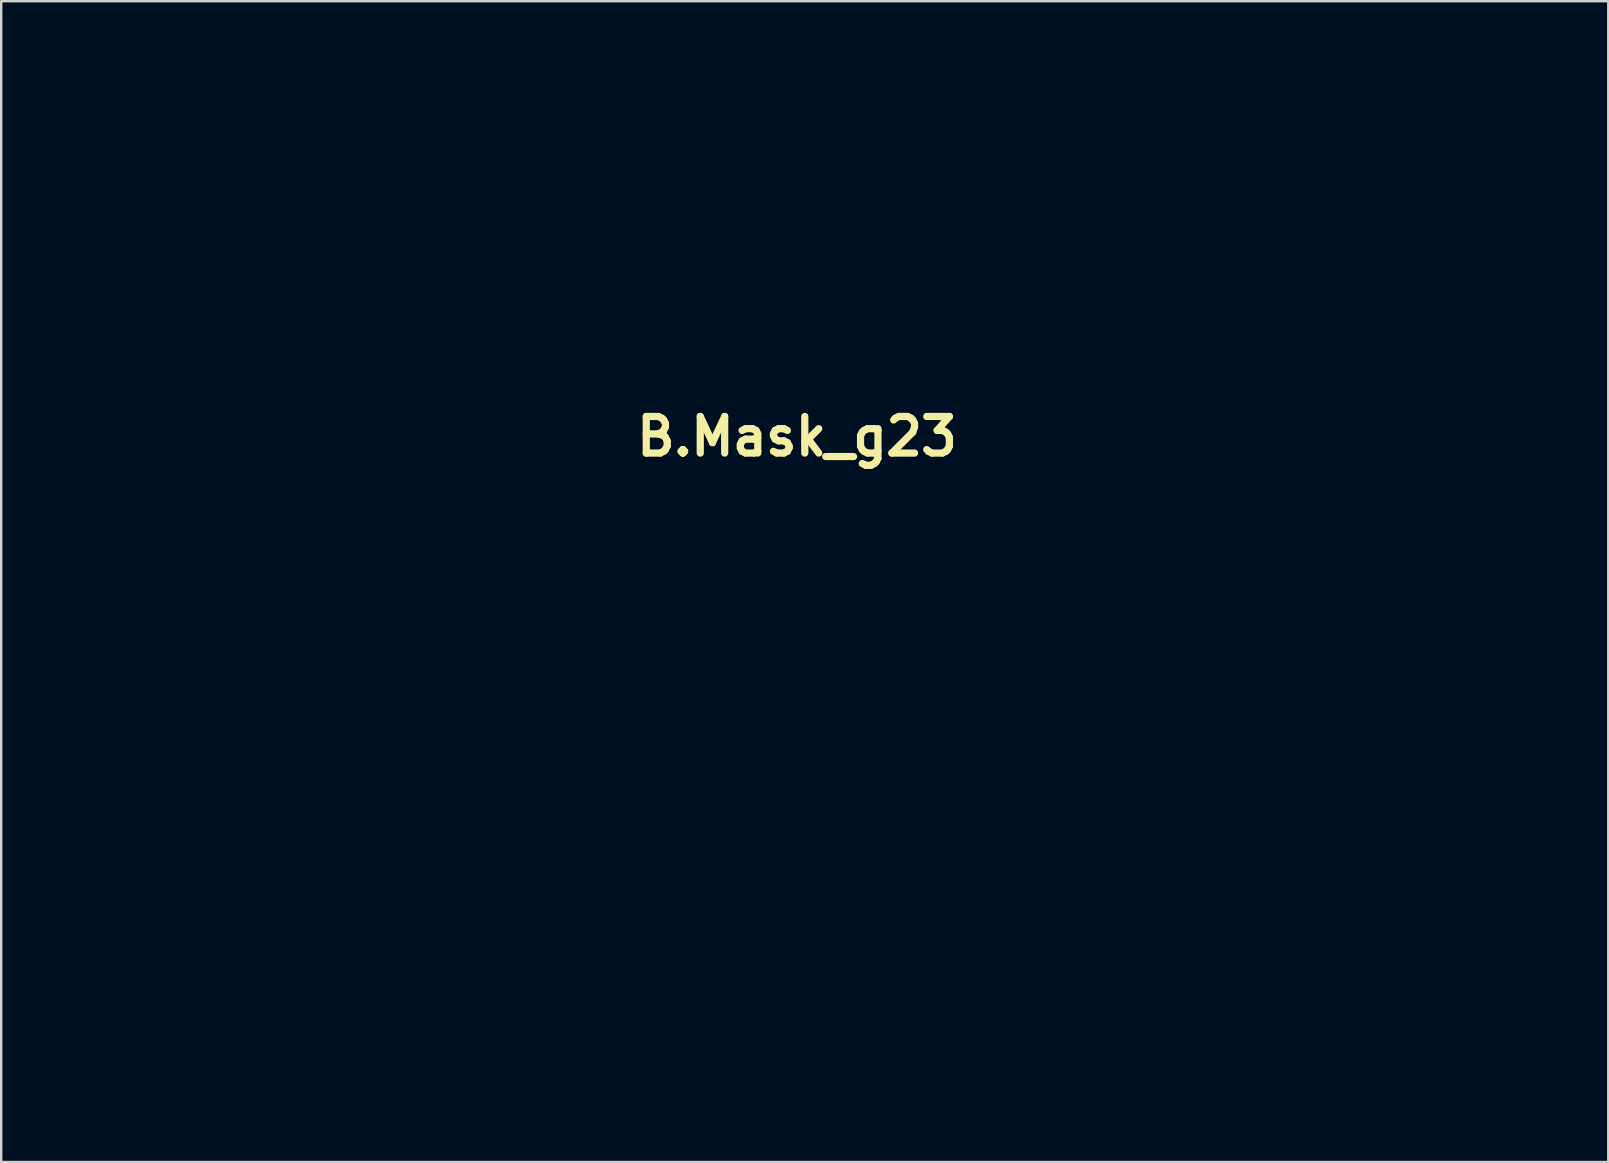
<source format=kicad_pcb>
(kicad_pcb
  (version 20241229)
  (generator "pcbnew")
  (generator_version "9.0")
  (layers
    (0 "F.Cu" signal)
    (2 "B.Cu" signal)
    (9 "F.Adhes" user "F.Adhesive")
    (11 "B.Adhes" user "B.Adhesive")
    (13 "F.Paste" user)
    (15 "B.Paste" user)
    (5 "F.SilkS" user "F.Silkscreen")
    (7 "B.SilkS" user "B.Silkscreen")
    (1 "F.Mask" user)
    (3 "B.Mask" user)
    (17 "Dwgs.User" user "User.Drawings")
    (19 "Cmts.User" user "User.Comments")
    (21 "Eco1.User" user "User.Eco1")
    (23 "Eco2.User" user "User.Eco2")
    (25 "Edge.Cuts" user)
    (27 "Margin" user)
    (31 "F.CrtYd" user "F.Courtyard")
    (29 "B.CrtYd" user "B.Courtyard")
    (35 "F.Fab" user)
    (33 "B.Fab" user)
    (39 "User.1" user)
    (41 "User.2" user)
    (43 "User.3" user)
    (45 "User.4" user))
  (footprint "B.Mask_g23"
    (layer "F.Cu")
    (at 30.151 15.135)
    (property "Reference" "B.Mask_g23" (at 0 0 0) (layer "F.SilkS") (effects (font (size 1.524 1.524) (thickness 0.3))))
    (attr through_hole)
    (fp_poly (pts (xy -15.219 4.416) (xy -15.133 4.467) (xy -15.014 4.536) (xy -14.866 4.623) (xy -14.691 4.725) (xy -14.493 4.841) (xy -14.276 4.968) (xy -14.044 5.104) (xy -13.799 5.247) (xy -13.545 5.395) (xy -13.285 5.547) (xy -13.024 5.7) (xy -13.018 5.704) (xy -12.722 5.876) (xy -12.397 6.066) (xy -12.049 6.269) (xy -11.685 6.482) (xy -11.311 6.701) (xy -10.935 6.921) (xy -10.563 7.138) (xy -10.201 7.349) (xy -9.857 7.55) (xy -9.538 7.737) (xy -9.43 7.8) (xy -9.165 7.955) (xy -8.904 8.107) (xy -8.651 8.255) (xy -8.408 8.397) (xy -8.179 8.531) (xy -7.967 8.655) (xy -7.775 8.767) (xy -7.605 8.866) (xy -7.461 8.95) (xy -7.347 9.017) (xy -7.265 9.065) (xy -7.241 9.079) (xy -7.132 9.144) (xy -7.036 9.202) (xy -6.959 9.251) (xy -6.907 9.286) (xy -6.886 9.304) (xy -6.886 9.304) (xy -6.896 9.331) (xy -6.933 9.383) (xy -6.994 9.459) (xy -7.075 9.553) (xy -7.172 9.663) (xy -7.283 9.784) (xy -7.404 9.914) (xy -7.532 10.048) (xy -7.663 10.183) (xy -7.795 10.316) (xy -7.923 10.442) (xy -8.044 10.559) (xy -8.136 10.645) (xy -8.617 11.069) (xy -9.091 11.451) (xy -9.558 11.793) (xy -10.019 12.094) (xy -10.475 12.354) (xy -10.926 12.575) (xy -11.373 12.756) (xy -11.817 12.898) (xy -12.258 13) (xy -12.558 13.048) (xy -12.743 13.066) (xy -12.953 13.076) (xy -13.172 13.077) (xy -13.386 13.07) (xy -13.579 13.055) (xy -13.644 13.048) (xy -13.931 12.996) (xy -14.228 12.919) (xy -14.521 12.823) (xy -14.792 12.711) (xy -14.87 12.673) (xy -15.233 12.471) (xy -15.563 12.244) (xy -15.859 11.992) (xy -16.121 11.714) (xy -16.349 11.41) (xy -16.544 11.081) (xy -16.706 10.726) (xy -16.834 10.344) (xy -16.929 9.937) (xy -16.968 9.694) (xy -16.986 9.524) (xy -16.998 9.323) (xy -17.004 9.102) (xy -17.005 8.871) (xy -17 8.641) (xy -16.989 8.424) (xy -16.972 8.229) (xy -16.968 8.191) (xy -16.886 7.654) (xy -16.771 7.1) (xy -16.624 6.536) (xy -16.447 5.97) (xy -16.242 5.408) (xy -16.012 4.856) (xy -15.817 4.44) (xy -15.674 4.15) (xy -15.219 4.416)) (stroke (width 0.01) (type solid)) (fill yes) (layer "B.Mask"))
    (fp_poly (pts (xy 14.415 4.476) (xy 14.445 4.548) (xy 14.482 4.651) (xy 14.525 4.779) (xy 14.572 4.929) (xy 14.623 5.094) (xy 14.675 5.271) (xy 14.727 5.453) (xy 14.778 5.635) (xy 14.826 5.813) (xy 14.869 5.982) (xy 14.906 6.137) (xy 14.92 6.198) (xy 15.04 6.794) (xy 15.128 7.368) (xy 15.185 7.919) (xy 15.21 8.447) (xy 15.205 8.95) (xy 15.167 9.429) (xy 15.099 9.882) (xy 14.999 10.309) (xy 14.868 10.709) (xy 14.706 11.08) (xy 14.701 11.091) (xy 14.507 11.435) (xy 14.285 11.748) (xy 14.035 12.031) (xy 13.754 12.284) (xy 13.442 12.51) (xy 13.097 12.709) (xy 13.059 12.728) (xy 12.678 12.898) (xy 12.287 13.029) (xy 11.89 13.12) (xy 11.49 13.171) (xy 11.09 13.181) (xy 10.922 13.173) (xy 10.509 13.122) (xy 10.091 13.031) (xy 9.67 12.898) (xy 9.247 12.726) (xy 8.822 12.514) (xy 8.396 12.263) (xy 7.971 11.974) (xy 7.548 11.647) (xy 7.126 11.283) (xy 6.708 10.883) (xy 6.294 10.447) (xy 5.886 9.976) (xy 5.648 9.684) (xy 5.549 9.557) (xy 5.447 9.422) (xy 5.343 9.283) (xy 5.242 9.146) (xy 5.147 9.013) (xy 5.061 8.891) (xy 4.987 8.783) (xy 4.928 8.693) (xy 4.888 8.628) (xy 4.869 8.59) (xy 4.868 8.585) (xy 4.887 8.573) (xy 4.942 8.545) (xy 5.029 8.504) (xy 5.146 8.45) (xy 5.29 8.385) (xy 5.456 8.311) (xy 5.643 8.228) (xy 5.846 8.138) (xy 6.064 8.043) (xy 6.218 7.975) (xy 6.388 7.901) (xy 6.594 7.812) (xy 6.833 7.708) (xy 7.101 7.591) (xy 7.395 7.463) (xy 7.712 7.325) (xy 8.049 7.179) (xy 8.403 7.025) (xy 8.771 6.865) (xy 9.149 6.7) (xy 9.535 6.532) (xy 9.924 6.363) (xy 10.315 6.193) (xy 10.704 6.023) (xy 10.974 5.906) (xy 11.334 5.749) (xy 11.685 5.597) (xy 12.022 5.451) (xy 12.346 5.311) (xy 12.653 5.178) (xy 12.942 5.054) (xy 13.21 4.938) (xy 13.457 4.833) (xy 13.679 4.738) (xy 13.874 4.654) (xy 14.042 4.583) (xy 14.18 4.525) (xy 14.285 4.482) (xy 14.356 4.453) (xy 14.392 4.44) (xy 14.395 4.439) (xy 14.415 4.476)) (stroke (width 0.01) (type solid)) (fill yes) (layer "B.Mask"))
    (fp_poly (pts (xy 6.371 20.521) (xy 6.443 20.593) (xy 6.534 20.691) (xy 6.639 20.809) (xy 6.752 20.939) (xy 6.867 21.073) (xy 6.977 21.206) (xy 7.076 21.329) (xy 7.122 21.389) (xy 7.418 21.796) (xy 7.677 22.195) (xy 7.897 22.586) (xy 8.079 22.969) (xy 8.223 23.341) (xy 8.328 23.704) (xy 8.394 24.055) (xy 8.422 24.396) (xy 8.411 24.723) (xy 8.36 25.038) (xy 8.27 25.34) (xy 8.168 25.575) (xy 8.004 25.854) (xy 7.805 26.116) (xy 7.573 26.356) (xy 7.314 26.572) (xy 7.03 26.761) (xy 6.725 26.919) (xy 6.404 27.043) (xy 6.392 27.046) (xy 6.056 27.134) (xy 5.696 27.192) (xy 5.32 27.219) (xy 4.935 27.214) (xy 4.699 27.196) (xy 4.281 27.137) (xy 3.844 27.044) (xy 3.39 26.918) (xy 2.923 26.76) (xy 2.448 26.573) (xy 1.966 26.357) (xy 1.482 26.115) (xy 0.999 25.846) (xy 0.521 25.553) (xy 0.438 25.499) (xy 0.342 25.435) (xy 0.261 25.379) (xy 0.201 25.333) (xy 0.168 25.304) (xy 0.163 25.295) (xy 0.187 25.283) (xy 0.244 25.258) (xy 0.329 25.222) (xy 0.437 25.178) (xy 0.561 25.127) (xy 0.646 25.093) (xy 0.942 24.972) (xy 1.242 24.845) (xy 1.542 24.714) (xy 1.838 24.583) (xy 2.125 24.451) (xy 2.398 24.323) (xy 2.653 24.199) (xy 2.887 24.082) (xy 3.094 23.973) (xy 3.27 23.876) (xy 3.408 23.793) (xy 3.439 23.775) (xy 3.445 23.776) (xy 3.425 23.803) (xy 3.4 23.833) (xy 3.365 23.88) (xy 3.356 23.909) (xy 3.37 23.928) (xy 3.397 23.949) (xy 3.449 23.991) (xy 3.52 24.049) (xy 3.603 24.116) (xy 3.618 24.128) (xy 3.914 24.357) (xy 4.192 24.547) (xy 4.453 24.699) (xy 4.697 24.813) (xy 4.925 24.889) (xy 5.135 24.927) (xy 5.285 24.93) (xy 5.367 24.924) (xy 5.432 24.917) (xy 5.47 24.91) (xy 5.474 24.907) (xy 5.472 24.884) (xy 5.459 24.826) (xy 5.437 24.739) (xy 5.407 24.628) (xy 5.37 24.498) (xy 5.336 24.383) (xy 5.296 24.243) (xy 5.26 24.116) (xy 5.231 24.008) (xy 5.209 23.925) (xy 5.198 23.872) (xy 5.196 23.855) (xy 5.186 23.839) (xy 5.147 23.824) (xy 5.144 23.823) (xy 5.091 23.803) (xy 5.01 23.761) (xy 4.91 23.703) (xy 4.795 23.632) (xy 4.674 23.554) (xy 4.553 23.472) (xy 4.439 23.391) (xy 4.338 23.316) (xy 4.256 23.251) (xy 4.202 23.201) (xy 4.194 23.192) (xy 4.193 23.172) (xy 4.212 23.135) (xy 4.251 23.077) (xy 4.315 22.995) (xy 4.405 22.885) (xy 4.413 22.875) (xy 4.497 22.773) (xy 4.599 22.645) (xy 4.717 22.496) (xy 4.848 22.33) (xy 4.988 22.151) (xy 5.135 21.962) (xy 5.285 21.768) (xy 5.434 21.573) (xy 5.581 21.381) (xy 5.722 21.196) (xy 5.854 21.023) (xy 5.973 20.864) (xy 6.077 20.724) (xy 6.163 20.608) (xy 6.226 20.519) (xy 6.247 20.488) (xy 6.282 20.436) (xy 6.371 20.521)) (stroke (width 0.01) (type solid)) (fill yes) (layer "B.Mask"))
    (fp_poly (pts (xy 1.831 -11.532) (xy 1.847 -11.509) (xy 1.883 -11.453) (xy 1.937 -11.369) (xy 2.005 -11.259) (xy 2.087 -11.128) (xy 2.18 -10.979) (xy 2.281 -10.816) (xy 2.388 -10.642) (xy 2.392 -10.636) (xy 2.499 -10.462) (xy 2.601 -10.299) (xy 2.693 -10.149) (xy 2.775 -10.018) (xy 2.844 -9.908) (xy 2.898 -9.823) (xy 2.934 -9.767) (xy 2.95 -9.743) (xy 2.95 -9.743) (xy 2.975 -9.734) (xy 3.037 -9.717) (xy 3.133 -9.694) (xy 3.258 -9.665) (xy 3.409 -9.632) (xy 3.581 -9.594) (xy 3.77 -9.554) (xy 3.973 -9.512) (xy 4.027 -9.5) (xy 4.232 -9.458) (xy 4.423 -9.418) (xy 4.597 -9.38) (xy 4.75 -9.347) (xy 4.878 -9.318) (xy 4.977 -9.295) (xy 5.044 -9.278) (xy 5.074 -9.269) (xy 5.075 -9.268) (xy 5.061 -9.249) (xy 5.021 -9.202) (xy 4.96 -9.128) (xy 4.879 -9.031) (xy 4.781 -8.914) (xy 4.669 -8.781) (xy 4.545 -8.634) (xy 4.412 -8.476) (xy 4.375 -8.432) (xy 4.218 -8.247) (xy 4.087 -8.092) (xy 3.979 -7.963) (xy 3.893 -7.858) (xy 3.824 -7.774) (xy 3.773 -7.708) (xy 3.736 -7.657) (xy 3.712 -7.619) (xy 3.697 -7.591) (xy 3.691 -7.57) (xy 3.69 -7.552) (xy 3.691 -7.547) (xy 3.697 -7.502) (xy 3.707 -7.423) (xy 3.72 -7.315) (xy 3.735 -7.182) (xy 3.752 -7.03) (xy 3.77 -6.864) (xy 3.789 -6.687) (xy 3.808 -6.506) (xy 3.828 -6.326) (xy 3.846 -6.15) (xy 3.863 -5.984) (xy 3.878 -5.833) (xy 3.891 -5.702) (xy 3.902 -5.596) (xy 3.909 -5.519) (xy 3.912 -5.477) (xy 3.911 -5.471) (xy 3.891 -5.477) (xy 3.834 -5.497) (xy 3.747 -5.531) (xy 3.631 -5.577) (xy 3.491 -5.632) (xy 3.331 -5.697) (xy 3.154 -5.769) (xy 2.964 -5.846) (xy 2.922 -5.863) (xy 2.729 -5.942) (xy 2.548 -6.016) (xy 2.381 -6.083) (xy 2.234 -6.142) (xy 2.11 -6.191) (xy 2.013 -6.229) (xy 1.947 -6.254) (xy 1.914 -6.265) (xy 1.913 -6.265) (xy 1.888 -6.257) (xy 1.829 -6.232) (xy 1.739 -6.194) (xy 1.621 -6.143) (xy 1.481 -6.081) (xy 1.321 -6.01) (xy 1.145 -5.931) (xy 0.957 -5.847) (xy 0.924 -5.831) (xy 0.735 -5.746) (xy 0.558 -5.666) (xy 0.396 -5.594) (xy 0.254 -5.53) (xy 0.134 -5.477) (xy 0.042 -5.436) (xy -0.021 -5.409) (xy -0.049 -5.398) (xy -0.05 -5.397) (xy -0.059 -5.416) (xy -0.063 -5.463) (xy -0.063 -5.477) (xy -0.062 -5.514) (xy -0.057 -5.588) (xy -0.05 -5.696) (xy -0.041 -5.832) (xy -0.03 -5.992) (xy -0.017 -6.172) (xy -0.003 -6.366) (xy 0.011 -6.547) (xy 0.026 -6.747) (xy 0.04 -6.934) (xy 0.052 -7.104) (xy 0.063 -7.252) (xy 0.072 -7.374) (xy 0.079 -7.467) (xy 0.083 -7.525) (xy 0.085 -7.545) (xy 0.071 -7.562) (xy 0.031 -7.607) (xy -0.032 -7.677) (xy -0.115 -7.77) (xy -0.216 -7.882) (xy -0.333 -8.01) (xy -0.462 -8.153) (xy -0.6 -8.305) (xy -0.645 -8.354) (xy -0.813 -8.539) (xy -0.954 -8.695) (xy -1.07 -8.825) (xy -1.163 -8.93) (xy -1.234 -9.013) (xy -1.286 -9.076) (xy -1.319 -9.121) (xy -1.337 -9.15) (xy -1.341 -9.166) (xy -1.338 -9.169) (xy -1.311 -9.177) (xy -1.246 -9.194) (xy -1.149 -9.218) (xy -1.023 -9.25) (xy -0.872 -9.287) (xy -0.701 -9.33) (xy -0.513 -9.376) (xy -0.313 -9.425) (xy -0.283 -9.432) (xy 0.735 -9.681) (xy 1.27 -10.62) (xy 1.394 -10.837) (xy 1.499 -11.019) (xy 1.586 -11.169) (xy 1.657 -11.289) (xy 1.714 -11.382) (xy 1.757 -11.451) (xy 1.79 -11.497) (xy 1.812 -11.524) (xy 1.826 -11.534) (xy 1.831 -11.532)) (stroke (width 0.01) (type solid)) (fill yes) (layer "B.Mask"))
    (fp_poly (pts (xy 16.535 -15.13) (xy 16.925 -15.13) (xy 17.356 -15.129) (xy 17.596 -15.129) (xy 20.871 -15.124) (xy 20.428 -14.355) (xy 20.317 -14.162) (xy 20.221 -13.992) (xy 20.142 -13.849) (xy 20.08 -13.734) (xy 20.036 -13.649) (xy 20.012 -13.596) (xy 20.009 -13.577) (xy 20.032 -13.576) (xy 20.096 -13.575) (xy 20.198 -13.575) (xy 20.338 -13.574) (xy 20.512 -13.573) (xy 20.72 -13.572) (xy 20.96 -13.571) (xy 21.229 -13.57) (xy 21.526 -13.569) (xy 21.85 -13.568) (xy 22.198 -13.567) (xy 22.569 -13.567) (xy 22.96 -13.566) (xy 23.371 -13.565) (xy 23.799 -13.564) (xy 24.243 -13.564) (xy 24.7 -13.563) (xy 25.169 -13.563) (xy 25.414 -13.562) (xy 30.793 -13.557) (xy 22.49 0.825) (xy 4.344 0.825) (xy 3.469 0.825) (xy 2.604 0.825) (xy 1.751 0.825) (xy 0.91 0.825) (xy 0.082 0.825) (xy -0.732 0.825) (xy -1.53 0.825) (xy -2.313 0.825) (xy -3.078 0.824) (xy -3.825 0.824) (xy -4.553 0.824) (xy -5.26 0.824) (xy -5.947 0.823) (xy -6.612 0.823) (xy -7.254 0.823) (xy -7.872 0.822) (xy -8.465 0.822) (xy -9.032 0.822) (xy -9.573 0.821) (xy -10.085 0.821) (xy -10.569 0.821) (xy -11.023 0.82) (xy -11.446 0.82) (xy -11.838 0.819) (xy -12.197 0.819) (xy -12.523 0.818) (xy -12.814 0.818) (xy -13.069 0.817) (xy -13.288 0.817) (xy -13.469 0.816) (xy -13.612 0.816) (xy -13.716 0.815) (xy -13.779 0.815) (xy -13.801 0.814) (xy -13.801 0.814) (xy -13.79 0.795) (xy -13.76 0.741) (xy -13.711 0.654) (xy -13.644 0.538) (xy -13.562 0.394) (xy -13.464 0.223) (xy -13.352 0.029) (xy -13.229 -0.186) (xy -13.093 -0.421) (xy -12.948 -0.673) (xy -12.794 -0.941) (xy -12.632 -1.221) (xy -12.464 -1.512) (xy -12.414 -1.598) (xy -12.245 -1.892) (xy -12.081 -2.176) (xy -11.925 -2.447) (xy -11.777 -2.704) (xy -11.638 -2.944) (xy -11.511 -3.165) (xy -11.396 -3.366) (xy -11.294 -3.543) (xy -11.207 -3.695) (xy -11.135 -3.82) (xy -11.081 -3.915) (xy -11.045 -3.979) (xy -11.029 -4.009) (xy -11.028 -4.011) (xy -11.049 -4.012) (xy -11.11 -4.013) (xy -11.21 -4.014) (xy -11.346 -4.015) (xy -11.517 -4.015) (xy -11.721 -4.016) (xy -11.956 -4.017) (xy -12.22 -4.018) (xy -12.511 -4.019) (xy -12.827 -4.019) (xy -13.167 -4.02) (xy -13.528 -4.02) (xy -13.908 -4.021) (xy -14.306 -4.021) (xy -14.72 -4.021) (xy -15.147 -4.021) (xy -15.587 -4.021) (xy -15.722 -4.021) (xy -20.415 -4.021) (xy -21.82 -1.587) (xy -23.224 0.847) (xy -30.146 0.847) (xy -30.116 0.799) (xy -30.028 0.661) (xy -29.922 0.49) (xy -29.803 0.296) (xy -29.173 0.296) (xy -23.529 0.286) (xy -22.137 -2.126) (xy -21.967 -2.42) (xy -21.802 -2.705) (xy -21.645 -2.977) (xy -21.496 -3.235) (xy -21.356 -3.476) (xy -21.227 -3.699) (xy -21.11 -3.9) (xy -21.006 -4.079) (xy -20.916 -4.233) (xy -20.843 -4.359) (xy -20.786 -4.456) (xy -20.748 -4.521) (xy -20.729 -4.552) (xy -20.727 -4.554) (xy -20.705 -4.556) (xy -20.642 -4.557) (xy -20.54 -4.559) (xy -20.401 -4.56) (xy -20.227 -4.561) (xy -20.02 -4.562) (xy -19.781 -4.563) (xy -19.513 -4.564) (xy -19.216 -4.565) (xy -18.894 -4.566) (xy -18.547 -4.566) (xy -18.177 -4.567) (xy -17.787 -4.567) (xy -17.378 -4.567) (xy -16.951 -4.568) (xy -16.509 -4.567) (xy -16.054 -4.567) (xy -15.586 -4.567) (xy -15.392 -4.567) (xy -10.075 -4.561) (xy -11.199 -2.614) (xy -11.359 -2.338) (xy -11.516 -2.065) (xy -11.671 -1.798) (xy -11.82 -1.539) (xy -11.963 -1.292) (xy -12.096 -1.061) (xy -12.219 -0.848) (xy -12.329 -0.657) (xy -12.425 -0.491) (xy -12.505 -0.353) (xy -12.566 -0.247) (xy -12.596 -0.196) (xy -12.868 0.275) (xy 4.659 0.27) (xy 22.185 0.265) (xy 26.015 -6.369) (xy 26.298 -6.86) (xy 26.577 -7.342) (xy 26.848 -7.813) (xy 27.113 -8.272) (xy 27.371 -8.718) (xy 27.619 -9.15) (xy 27.859 -9.565) (xy 28.089 -9.964) (xy 28.308 -10.344) (xy 28.515 -10.704) (xy 28.711 -11.043) (xy 28.893 -11.361) (xy 29.062 -11.654) (xy 29.217 -11.923) (xy 29.356 -12.165) (xy 29.479 -12.38) (xy 29.586 -12.566) (xy 29.676 -12.722) (xy 29.747 -12.847) (xy 29.8 -12.939) (xy 29.832 -12.998) (xy 29.845 -13.021) (xy 29.845 -13.021) (xy 29.824 -13.022) (xy 29.763 -13.024) (xy 29.662 -13.025) (xy 29.525 -13.027) (xy 29.353 -13.028) (xy 29.147 -13.03) (xy 28.909 -13.031) (xy 28.642 -13.032) (xy 28.346 -13.033) (xy 28.024 -13.034) (xy 27.677 -13.035) (xy 27.308 -13.036) (xy 26.918 -13.037) (xy 26.508 -13.037) (xy 26.081 -13.038) (xy 25.638 -13.038) (xy 25.181 -13.039) (xy 24.712 -13.039) (xy 24.448 -13.039) (xy 23.973 -13.039) (xy 23.509 -13.039) (xy 23.058 -13.039) (xy 22.622 -13.039) (xy 22.202 -13.04) (xy 21.801 -13.04) (xy 21.419 -13.04) (xy 21.06 -13.041) (xy 20.724 -13.041) (xy 20.414 -13.042) (xy 20.13 -13.042) (xy 19.876 -13.043) (xy 19.652 -13.044) (xy 19.461 -13.044) (xy 19.304 -13.045) (xy 19.183 -13.046) (xy 19.1 -13.047) (xy 19.056 -13.047) (xy 19.05 -13.048) (xy 19.06 -13.068) (xy 19.089 -13.12) (xy 19.135 -13.201) (xy 19.196 -13.307) (xy 19.269 -13.434) (xy 19.351 -13.578) (xy 19.442 -13.735) (xy 19.476 -13.794) (xy 19.569 -13.956) (xy 19.656 -14.106) (xy 19.734 -14.242) (xy 19.8 -14.358) (xy 19.853 -14.452) (xy 19.891 -14.518) (xy 19.91 -14.553) (xy 19.912 -14.557) (xy 19.906 -14.561) (xy 19.884 -14.565) (xy 19.843 -14.568) (xy 19.782 -14.571) (xy 19.699 -14.574) (xy 19.592 -14.576) (xy 19.459 -14.578) (xy 19.299 -14.579) (xy 19.109 -14.581) (xy 18.888 -14.582) (xy 18.634 -14.583) (xy 18.344 -14.583) (xy 18.018 -14.584) (xy 17.653 -14.584) (xy 17.269 -14.584) (xy 14.615 -14.584) (xy 13.876 -13.303) (xy 13.137 -12.023) (xy -5.629 -12.017) (xy -24.394 -12.012) (xy -26.462 -8.435) (xy -26.67 -8.075) (xy -26.872 -7.726) (xy -27.067 -7.388) (xy -27.254 -7.063) (xy -27.433 -6.753) (xy -27.602 -6.46) (xy -27.76 -6.185) (xy -27.907 -5.931) (xy -28.04 -5.699) (xy -28.16 -5.491) (xy -28.265 -5.309) (xy -28.354 -5.154) (xy -28.426 -5.028) (xy -28.48 -4.933) (xy -28.515 -4.871) (xy -28.53 -4.843) (xy -28.531 -4.842) (xy -28.511 -4.839) (xy -28.452 -4.836) (xy -28.359 -4.834) (xy -28.234 -4.831) (xy -28.083 -4.829) (xy -27.908 -4.828) (xy -27.713 -4.827) (xy -27.503 -4.826) (xy -27.358 -4.826) (xy -27.139 -4.826) (xy -26.934 -4.825) (xy -26.746 -4.824) (xy -26.578 -4.823) (xy -26.435 -4.822) (xy -26.321 -4.82) (xy -26.238 -4.818) (xy -26.192 -4.816) (xy -26.183 -4.815) (xy -26.194 -4.796) (xy -26.224 -4.742) (xy -26.272 -4.656) (xy -26.338 -4.541) (xy -26.42 -4.399) (xy -26.515 -4.232) (xy -26.624 -4.042) (xy -26.745 -3.833) (xy -26.875 -3.606) (xy -27.015 -3.363) (xy -27.162 -3.108) (xy -27.316 -2.842) (xy -27.329 -2.82) (xy -27.573 -2.398) (xy -27.802 -2.002) (xy -28.018 -1.632) (xy -28.217 -1.29) (xy -28.401 -0.977) (xy -28.568 -0.694) (xy -28.718 -0.443) (xy -28.849 -0.223) (xy -28.962 -0.037) (xy -29.056 0.115) (xy -29.13 0.231) (xy -29.141 0.249) (xy -29.173 0.296) (xy -29.803 0.296) (xy -29.799 0.29) (xy -29.661 0.063) (xy -29.511 -0.185) (xy -29.351 -0.452) (xy -29.182 -0.734) (xy -29.008 -1.027) (xy -28.83 -1.327) (xy -28.65 -1.632) (xy -28.472 -1.936) (xy -28.296 -2.238) (xy -28.124 -2.532) (xy -28.066 -2.633) (xy -27.123 -4.265) (xy -29.483 -4.286) (xy -24.712 -12.551) (xy 12.805 -12.552) (xy 12.856 -12.631) (xy 12.876 -12.663) (xy 12.914 -12.728) (xy 12.97 -12.824) (xy 13.041 -12.946) (xy 13.125 -13.091) (xy 13.221 -13.257) (xy 13.326 -13.439) (xy 13.439 -13.634) (xy 13.557 -13.84) (xy 13.59 -13.896) (xy 13.708 -14.102) (xy 13.821 -14.297) (xy 13.926 -14.479) (xy 14.022 -14.643) (xy 14.106 -14.788) (xy 14.177 -14.91) (xy 14.234 -15.005) (xy 14.273 -15.071) (xy 14.294 -15.105) (xy 14.296 -15.108) (xy 14.307 -15.111) (xy 14.335 -15.115) (xy 14.38 -15.118) (xy 14.444 -15.12) (xy 14.53 -15.123) (xy 14.639 -15.125) (xy 14.772 -15.126) (xy 14.931 -15.128) (xy 15.119 -15.129) (xy 15.336 -15.129) (xy 15.584 -15.13) (xy 15.866 -15.13) (xy 16.182 -15.13) (xy 16.535 -15.13)) (stroke (width 0.01) (type solid)) (fill yes) (layer "B.Mask")))
  (gr_rect
    (start -3 -3)
    (end 63.95 45.359)
    (stroke (width 0.1) (type default))
    (fill no)
    (layer "Edge.Cuts")))
</source>
